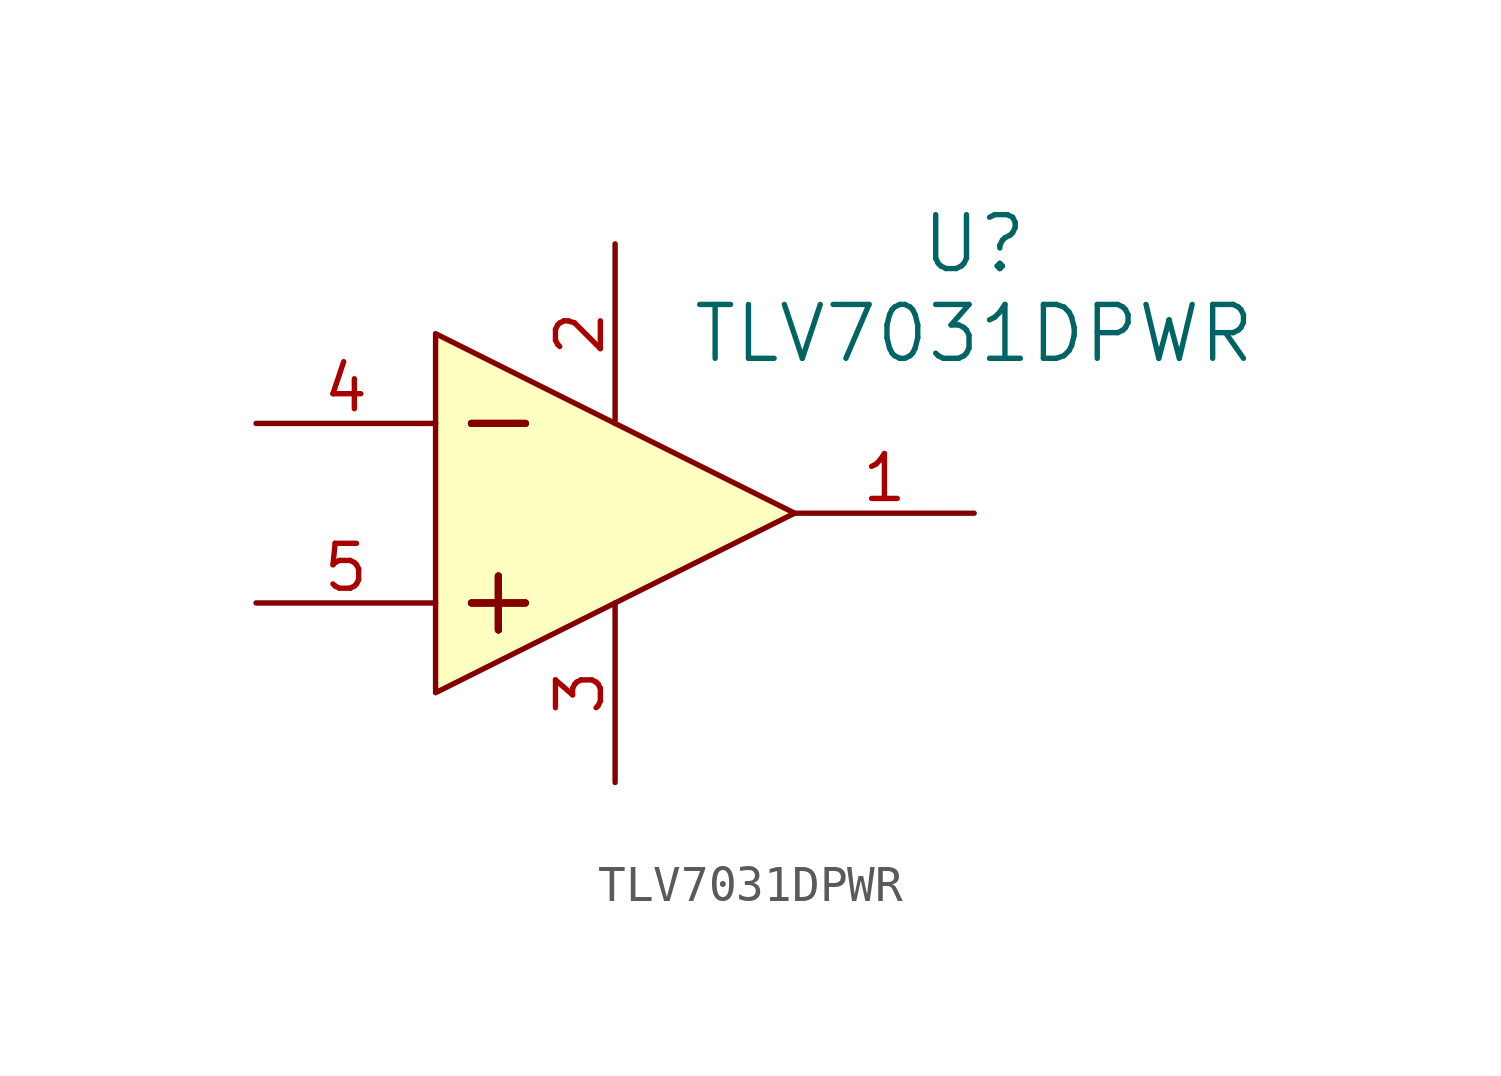
<source format=kicad_sym>
(kicad_symbol_lib
  (version 20241209)
  (generator "kicad_symbol_editor")
  (generator_version "9.0")
  (symbol "TLV7031DPWR"
    (pin_names
      (offset 0.254)
      (hide yes))
    (property "Reference" "U"
      (at 10.16 7.62 0)
      (effects (font (size 1.524 1.524))))
    (property "Value" "TLV7031DPWR"
      (at 10.16 5.08 0)
      (effects (font (size 1.524 1.524))))
    (symbol "TLV7031DPWR_0_1"
      (polyline (pts (xy -4.064 2.54) (xy -2.54 2.54)) (stroke (width 0.203) (type default)) (fill (type none)))
      (polyline (pts (xy -4.064 2.54) (xy -2.54 2.54)) (stroke (width 0.203) (type default)) (fill (type none)))
      (polyline (pts (xy -4.064 2.54) (xy -2.54 2.54)) (stroke (width 0.203) (type default)) (fill (type none)))
      (polyline (pts (xy -4.064 -2.54) (xy -2.54 -2.54)) (stroke (width 0.203) (type default)) (fill (type none)))
      (polyline (pts (xy -4.064 -2.54) (xy -2.54 -2.54)) (stroke (width 0.203) (type default)) (fill (type none)))
      (polyline (pts (xy -4.064 -2.54) (xy -2.54 -2.54)) (stroke (width 0.203) (type default)) (fill (type none)))
      (polyline (pts (xy -3.302 -1.778) (xy -3.302 -3.302)) (stroke (width 0.203) (type default)) (fill (type none)))
      (polyline (pts (xy -3.302 -1.778) (xy -3.302 -3.302)) (stroke (width 0.203) (type default)) (fill (type none)))
      (polyline (pts (xy -3.302 -1.778) (xy -3.302 -3.302)) (stroke (width 0.203) (type default)) (fill (type none)))
      (pin input line (at -10.16 2.54 0) (length 5.08) (name "IN-" (effects (font (size 1.27 1.27)))) (number "4" (effects (font (size 1.27 1.27)))))
      (pin input line (at -10.16 -2.54 0) (length 5.08) (name "IN+" (effects (font (size 1.27 1.27)))) (number "5" (effects (font (size 1.27 1.27)))))
      (pin power_in line (at 0 7.62 270) (length 5.08) (name "VCC" (effects (font (size 1.27 1.27)))) (number "2" (effects (font (size 1.27 1.27)))))
      (pin power_in line (at 0 -7.62 90) (length 5.08) (name "VEE" (effects (font (size 1.27 1.27)))) (number "3" (effects (font (size 1.27 1.27)))))
      (pin output line (at 10.16 0 180) (length 5.08) (name "OUT" (effects (font (size 1.27 1.27)))) (number "1" (effects (font (size 1.27 1.27))))))
    (symbol "TLV7031DPWR_1_1"
      (polyline (pts (xy -5.08 5.08) (xy -5.08 -5.08) (xy 5.08 0) (xy -5.08 5.08)) (stroke (width 0) (type solid)) (fill (type background))))))
</source>
